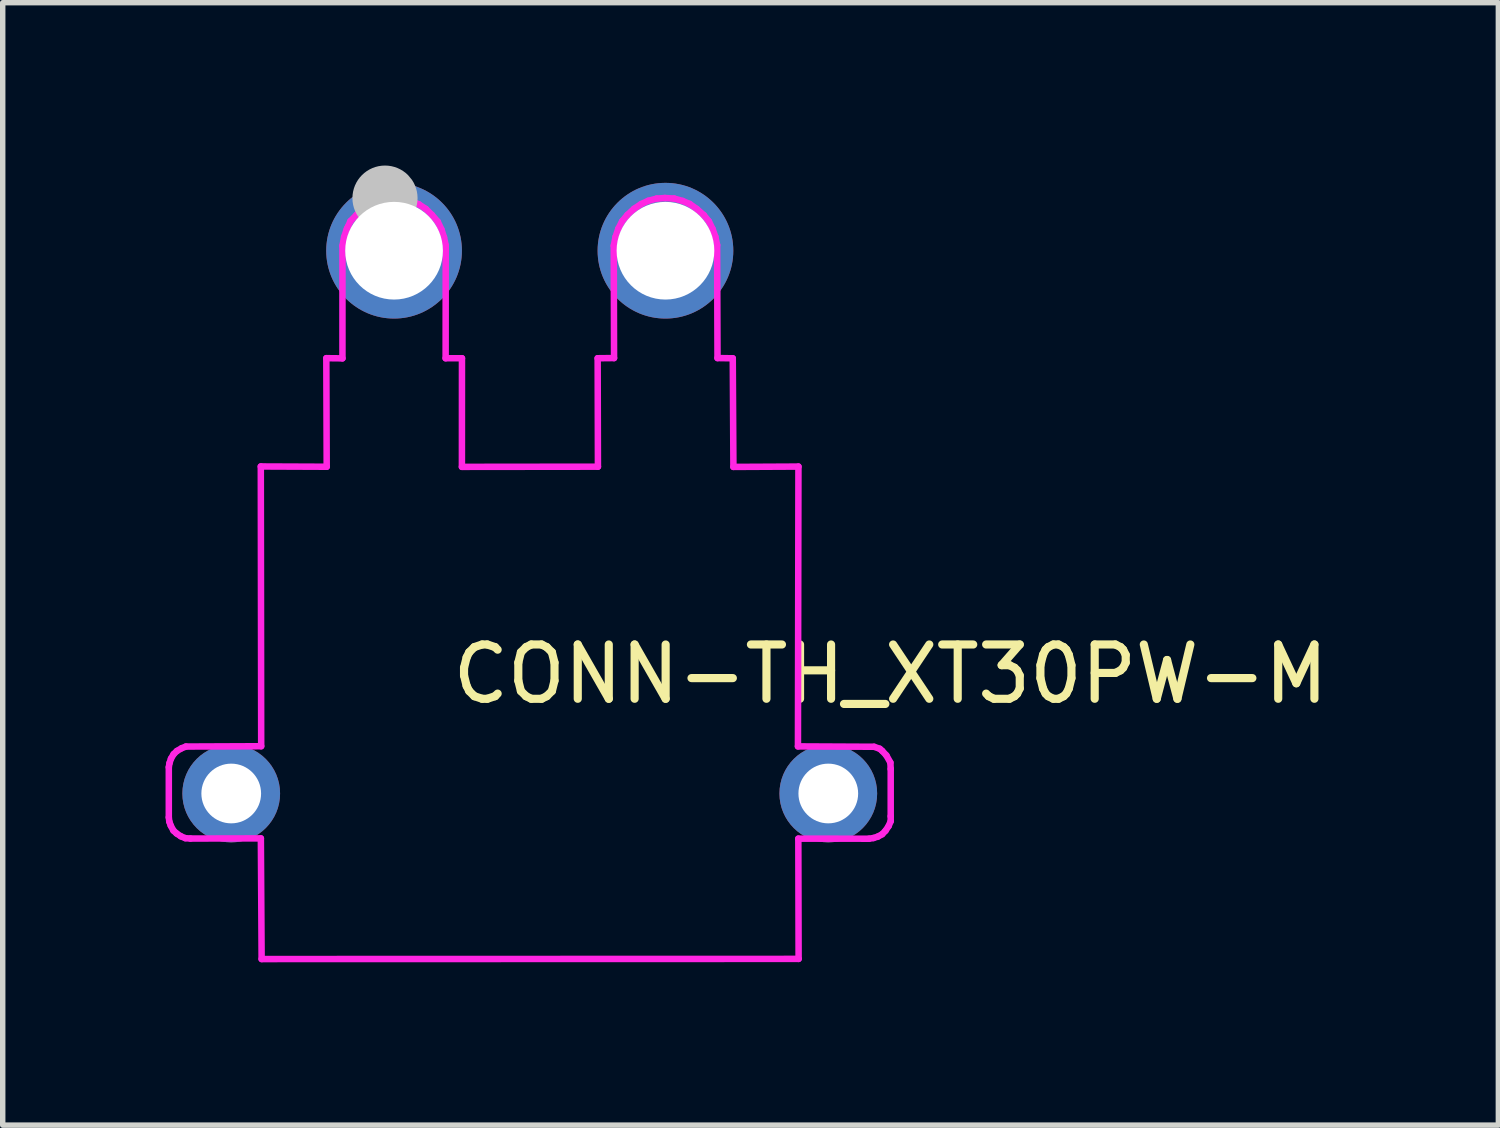
<source format=kicad_pcb>
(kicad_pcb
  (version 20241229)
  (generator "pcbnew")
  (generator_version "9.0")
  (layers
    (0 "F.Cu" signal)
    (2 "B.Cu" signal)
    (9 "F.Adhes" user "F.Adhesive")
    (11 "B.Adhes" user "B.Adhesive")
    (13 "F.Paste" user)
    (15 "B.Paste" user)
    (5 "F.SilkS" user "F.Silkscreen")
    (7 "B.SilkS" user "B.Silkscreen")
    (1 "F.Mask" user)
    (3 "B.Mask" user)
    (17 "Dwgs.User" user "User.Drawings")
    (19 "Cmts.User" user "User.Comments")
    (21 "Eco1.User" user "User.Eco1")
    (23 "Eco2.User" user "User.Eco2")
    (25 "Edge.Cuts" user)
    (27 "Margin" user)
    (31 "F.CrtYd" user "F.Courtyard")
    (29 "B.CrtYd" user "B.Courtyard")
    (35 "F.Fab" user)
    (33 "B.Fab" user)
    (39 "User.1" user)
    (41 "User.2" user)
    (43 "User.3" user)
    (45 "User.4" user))
  (footprint "CONN-TH_XT30PW-M"
    (layer "F.Cu")
    (at 6.71 6.569)
    (property "Reference" "CONN-TH_XT30PW-M" (at -1.5 2.8 0) (layer "F.SilkS") (effects (font (size 1 1) (thickness 0.15)) (justify left)))
    (attr through_hole)
    (fp_circle (center -2.667 -5.969) (end -2.367 -5.969) (stroke (width 0.6) (type solid)) (fill no) (layer "Dwgs.User"))
    (fp_circle (center -6.65 -5.971) (end -6.62 -5.971) (stroke (width 0.06) (type solid)) (fill no) (layer "Eco2.User"))
    (fp_circle (center -5.5 5) (end -5.313 5) (stroke (width 0.375) (type solid)) (fill no) (layer "Eco2.User"))
    (fp_circle (center -2.5 -5) (end -2.175 -5) (stroke (width 0.65) (type solid)) (fill no) (layer "Eco2.User"))
    (fp_circle (center 2.5 -5) (end 2.825 -5) (stroke (width 0.65) (type solid)) (fill no) (layer "Eco2.User"))
    (fp_circle (center 5.5 5) (end 5.687 5) (stroke (width 0.375) (type solid)) (fill no) (layer "Eco2.User"))
    (fp_line (start -6.65 4.515) (end -6.638 4.442) (stroke (width 0.12) (type solid)) (layer "F.CrtYd"))
    (fp_line (start -6.65 5.44) (end -6.65 4.515) (stroke (width 0.12) (type solid)) (layer "F.CrtYd"))
    (fp_line (start -6.641 5.518) (end -6.65 5.44) (stroke (width 0.12) (type solid)) (layer "F.CrtYd"))
    (fp_line (start -6.638 4.442) (end -6.61 4.358) (stroke (width 0.12) (type solid)) (layer "F.CrtYd"))
    (fp_line (start -6.614 5.592) (end -6.641 5.518) (stroke (width 0.12) (type solid)) (layer "F.CrtYd"))
    (fp_line (start -6.61 4.358) (end -6.561 4.275) (stroke (width 0.12) (type solid)) (layer "F.CrtYd"))
    (fp_line (start -6.565 5.683) (end -6.614 5.592) (stroke (width 0.12) (type solid)) (layer "F.CrtYd"))
    (fp_line (start -6.561 4.275) (end -6.501 4.217) (stroke (width 0.12) (type solid)) (layer "F.CrtYd"))
    (fp_line (start -6.507 5.736) (end -6.565 5.683) (stroke (width 0.12) (type solid)) (layer "F.CrtYd"))
    (fp_line (start -6.501 4.217) (end -6.414 4.166) (stroke (width 0.12) (type solid)) (layer "F.CrtYd"))
    (fp_line (start -6.429 5.788) (end -6.507 5.736) (stroke (width 0.12) (type solid)) (layer "F.CrtYd"))
    (fp_line (start -6.414 4.166) (end -6.335 4.135) (stroke (width 0.12) (type solid)) (layer "F.CrtYd"))
    (fp_line (start -6.345 5.823) (end -6.429 5.788) (stroke (width 0.12) (type solid)) (layer "F.CrtYd"))
    (fp_line (start -6.335 4.135) (end -4.948 4.129) (stroke (width 0.12) (type solid)) (layer "F.CrtYd"))
    (fp_line (start -6.251 5.83) (end -6.345 5.823) (stroke (width 0.12) (type solid)) (layer "F.CrtYd"))
    (fp_line (start -4.955 -1.025) (end -3.741 -1.02) (stroke (width 0.12) (type solid)) (layer "F.CrtYd"))
    (fp_line (start -4.954 5.827) (end -6.251 5.83) (stroke (width 0.12) (type solid)) (layer "F.CrtYd"))
    (fp_line (start -4.948 4.129) (end -4.955 -1.025) (stroke (width 0.12) (type solid)) (layer "F.CrtYd"))
    (fp_line (start -4.94 8.05) (end -4.954 5.827) (stroke (width 0.12) (type solid)) (layer "F.CrtYd"))
    (fp_line (start -3.748 -3.02) (end -3.451 -3.017) (stroke (width 0.12) (type solid)) (layer "F.CrtYd"))
    (fp_line (start -3.741 -1.02) (end -3.748 -3.02) (stroke (width 0.12) (type solid)) (layer "F.CrtYd"))
    (fp_line (start -3.451 -5.092) (end -3.42 -5.253) (stroke (width 0.12) (type solid)) (layer "F.CrtYd"))
    (fp_line (start -3.451 -3.017) (end -3.451 -5.092) (stroke (width 0.12) (type solid)) (layer "F.CrtYd"))
    (fp_line (start -3.42 -5.253) (end -3.371 -5.397) (stroke (width 0.12) (type solid)) (layer "F.CrtYd"))
    (fp_line (start -3.371 -5.397) (end -3.351 -5.436) (stroke (width 0.12) (type solid)) (layer "F.CrtYd"))
    (fp_line (start -3.351 -5.437) (end -3.305 -5.543) (stroke (width 0.12) (type solid)) (layer "F.CrtYd"))
    (fp_line (start -3.351 -5.436) (end -3.351 -5.437) (stroke (width 0.12) (type solid)) (layer "F.CrtYd"))
    (fp_line (start -3.305 -5.543) (end -3.187 -5.665) (stroke (width 0.12) (type solid)) (layer "F.CrtYd"))
    (fp_line (start -3.187 -5.665) (end -3.084 -5.774) (stroke (width 0.12) (type solid)) (layer "F.CrtYd"))
    (fp_line (start -3.084 -5.774) (end -2.947 -5.858) (stroke (width 0.12) (type solid)) (layer "F.CrtYd"))
    (fp_line (start -2.947 -5.858) (end -2.81 -5.919) (stroke (width 0.12) (type solid)) (layer "F.CrtYd"))
    (fp_line (start -2.81 -5.919) (end -2.665 -5.963) (stroke (width 0.12) (type solid)) (layer "F.CrtYd"))
    (fp_line (start -2.665 -5.963) (end -2.489 -5.97) (stroke (width 0.12) (type solid)) (layer "F.CrtYd"))
    (fp_line (start -2.489 -5.97) (end -2.348 -5.959) (stroke (width 0.12) (type solid)) (layer "F.CrtYd"))
    (fp_line (start -2.348 -5.959) (end -2.195 -5.919) (stroke (width 0.12) (type solid)) (layer "F.CrtYd"))
    (fp_line (start -2.195 -5.919) (end -2.046 -5.856) (stroke (width 0.12) (type solid)) (layer "F.CrtYd"))
    (fp_line (start -2.046 -5.856) (end -1.914 -5.769) (stroke (width 0.12) (type solid)) (layer "F.CrtYd"))
    (fp_line (start -1.914 -5.769) (end -1.803 -5.66) (stroke (width 0.12) (type solid)) (layer "F.CrtYd"))
    (fp_line (start -1.803 -5.66) (end -1.695 -5.535) (stroke (width 0.12) (type solid)) (layer "F.CrtYd"))
    (fp_line (start -1.695 -5.535) (end -1.627 -5.391) (stroke (width 0.12) (type solid)) (layer "F.CrtYd"))
    (fp_line (start -1.627 -5.391) (end -1.58 -5.246) (stroke (width 0.12) (type solid)) (layer "F.CrtYd"))
    (fp_line (start -1.58 -5.246) (end -1.548 -5.098) (stroke (width 0.12) (type solid)) (layer "F.CrtYd"))
    (fp_line (start -1.55 -3.019) (end -1.249 -3.019) (stroke (width 0.12) (type solid)) (layer "F.CrtYd"))
    (fp_line (start -1.548 -5.098) (end -1.55 -3.019) (stroke (width 0.12) (type solid)) (layer "F.CrtYd"))
    (fp_line (start -1.25 -1.018) (end 1.256 -1.021) (stroke (width 0.12) (type solid)) (layer "F.CrtYd"))
    (fp_line (start -1.249 -3.019) (end -1.25 -1.018) (stroke (width 0.12) (type solid)) (layer "F.CrtYd"))
    (fp_line (start 1.251 -3.019) (end 1.553 -3.022) (stroke (width 0.12) (type solid)) (layer "F.CrtYd"))
    (fp_line (start 1.256 -1.021) (end 1.251 -3.019) (stroke (width 0.12) (type solid)) (layer "F.CrtYd"))
    (fp_line (start 1.548 -5.092) (end 1.58 -5.254) (stroke (width 0.12) (type solid)) (layer "F.CrtYd"))
    (fp_line (start 1.553 -3.022) (end 1.548 -5.092) (stroke (width 0.12) (type solid)) (layer "F.CrtYd"))
    (fp_line (start 1.58 -5.254) (end 1.631 -5.405) (stroke (width 0.12) (type solid)) (layer "F.CrtYd"))
    (fp_line (start 1.631 -5.405) (end 1.702 -5.543) (stroke (width 0.12) (type solid)) (layer "F.CrtYd"))
    (fp_line (start 1.702 -5.543) (end 1.799 -5.659) (stroke (width 0.12) (type solid)) (layer "F.CrtYd"))
    (fp_line (start 1.799 -5.659) (end 1.921 -5.772) (stroke (width 0.12) (type solid)) (layer "F.CrtYd"))
    (fp_line (start 1.921 -5.772) (end 2.052 -5.859) (stroke (width 0.12) (type solid)) (layer "F.CrtYd"))
    (fp_line (start 2.052 -5.859) (end 2.182 -5.919) (stroke (width 0.12) (type solid)) (layer "F.CrtYd"))
    (fp_line (start 2.182 -5.919) (end 2.338 -5.96) (stroke (width 0.12) (type solid)) (layer "F.CrtYd"))
    (fp_line (start 2.338 -5.96) (end 2.489 -5.971) (stroke (width 0.12) (type solid)) (layer "F.CrtYd"))
    (fp_line (start 2.489 -5.971) (end 2.66 -5.961) (stroke (width 0.12) (type solid)) (layer "F.CrtYd"))
    (fp_line (start 2.66 -5.961) (end 2.815 -5.917) (stroke (width 0.12) (type solid)) (layer "F.CrtYd"))
    (fp_line (start 2.815 -5.917) (end 2.947 -5.861) (stroke (width 0.12) (type solid)) (layer "F.CrtYd"))
    (fp_line (start 2.947 -5.861) (end 3.077 -5.769) (stroke (width 0.12) (type solid)) (layer "F.CrtYd"))
    (fp_line (start 3.077 -5.769) (end 3.206 -5.656) (stroke (width 0.12) (type solid)) (layer "F.CrtYd"))
    (fp_line (start 3.206 -5.656) (end 3.3 -5.54) (stroke (width 0.12) (type solid)) (layer "F.CrtYd"))
    (fp_line (start 3.3 -5.54) (end 3.367 -5.403) (stroke (width 0.12) (type solid)) (layer "F.CrtYd"))
    (fp_line (start 3.367 -5.403) (end 3.419 -5.257) (stroke (width 0.12) (type solid)) (layer "F.CrtYd"))
    (fp_line (start 3.419 -5.257) (end 3.452 -5.104) (stroke (width 0.12) (type solid)) (layer "F.CrtYd"))
    (fp_line (start 3.452 -5.104) (end 3.459 -3.022) (stroke (width 0.12) (type solid)) (layer "F.CrtYd"))
    (fp_line (start 3.459 -3.022) (end 3.74 -3.018) (stroke (width 0.12) (type solid)) (layer "F.CrtYd"))
    (fp_line (start 3.74 -3.018) (end 3.752 -1.017) (stroke (width 0.12) (type solid)) (layer "F.CrtYd"))
    (fp_line (start 3.752 -1.017) (end 4.95 -1.023) (stroke (width 0.12) (type solid)) (layer "F.CrtYd"))
    (fp_line (start 4.941 4.132) (end 6.343 4.139) (stroke (width 0.12) (type solid)) (layer "F.CrtYd"))
    (fp_line (start 4.948 5.832) (end 4.953 8.047) (stroke (width 0.12) (type solid)) (layer "F.CrtYd"))
    (fp_line (start 4.95 -1.023) (end 4.941 4.132) (stroke (width 0.12) (type solid)) (layer "F.CrtYd"))
    (fp_line (start 4.953 8.047) (end -4.94 8.05) (stroke (width 0.12) (type solid)) (layer "F.CrtYd"))
    (fp_line (start 6.25 5.833) (end 4.948 5.832) (stroke (width 0.12) (type solid)) (layer "F.CrtYd"))
    (fp_line (start 6.333 5.82) (end 6.25 5.833) (stroke (width 0.12) (type solid)) (layer "F.CrtYd"))
    (fp_line (start 6.343 4.139) (end 6.448 4.176) (stroke (width 0.12) (type solid)) (layer "F.CrtYd"))
    (fp_line (start 6.415 5.793) (end 6.333 5.82) (stroke (width 0.12) (type solid)) (layer "F.CrtYd"))
    (fp_line (start 6.448 4.176) (end 6.492 4.214) (stroke (width 0.12) (type solid)) (layer "F.CrtYd"))
    (fp_line (start 6.492 4.214) (end 6.57 4.298) (stroke (width 0.12) (type solid)) (layer "F.CrtYd"))
    (fp_line (start 6.493 5.75) (end 6.415 5.793) (stroke (width 0.12) (type solid)) (layer "F.CrtYd"))
    (fp_line (start 6.554 5.686) (end 6.493 5.75) (stroke (width 0.12) (type solid)) (layer "F.CrtYd"))
    (fp_line (start 6.57 4.298) (end 6.644 4.43) (stroke (width 0.12) (type solid)) (layer "F.CrtYd"))
    (fp_line (start 6.611 5.601) (end 6.554 5.686) (stroke (width 0.12) (type solid)) (layer "F.CrtYd"))
    (fp_line (start 6.644 4.43) (end 6.65 4.549) (stroke (width 0.12) (type solid)) (layer "F.CrtYd"))
    (fp_line (start 6.65 4.549) (end 6.65 5.419) (stroke (width 0.12) (type solid)) (layer "F.CrtYd"))
    (fp_line (start 6.65 5.419) (end 6.65 5.51) (stroke (width 0.12) (type solid)) (layer "F.CrtYd"))
    (fp_line (start 6.65 5.51) (end 6.611 5.601) (stroke (width 0.12) (type solid)) (layer "F.CrtYd"))
    (pad "1" thru_hole circle (at -2.5 -5) (size 2.5 2.5) (drill 1.8) (layers "*.Cu" "*.Mask"))
    (pad "2" thru_hole circle (at 2.5 -5) (size 2.5 2.5) (drill 1.8) (layers "*.Cu" "*.Mask"))
    (pad "3" thru_hole circle (at 5.5 5) (size 1.8 1.8) (drill 1.1) (layers "*.Cu" "*.Mask"))
    (pad "4" thru_hole circle (at -5.5 5) (size 1.8 1.8) (drill 1.1) (layers "*.Cu" "*.Mask")))
  (gr_rect
    (start -3 -3)
    (end 24.555 17.679)
    (stroke (width 0.1) (type default))
    (fill no)
    (layer "Edge.Cuts")))
</source>
